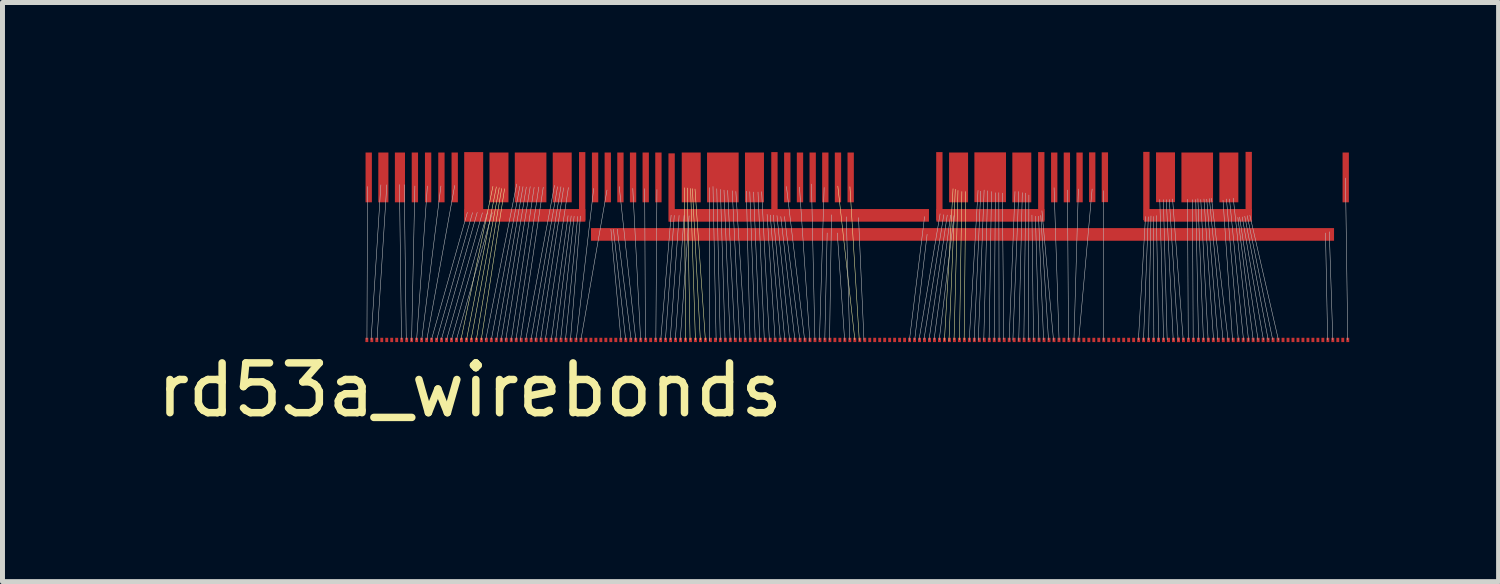
<source format=kicad_pcb>
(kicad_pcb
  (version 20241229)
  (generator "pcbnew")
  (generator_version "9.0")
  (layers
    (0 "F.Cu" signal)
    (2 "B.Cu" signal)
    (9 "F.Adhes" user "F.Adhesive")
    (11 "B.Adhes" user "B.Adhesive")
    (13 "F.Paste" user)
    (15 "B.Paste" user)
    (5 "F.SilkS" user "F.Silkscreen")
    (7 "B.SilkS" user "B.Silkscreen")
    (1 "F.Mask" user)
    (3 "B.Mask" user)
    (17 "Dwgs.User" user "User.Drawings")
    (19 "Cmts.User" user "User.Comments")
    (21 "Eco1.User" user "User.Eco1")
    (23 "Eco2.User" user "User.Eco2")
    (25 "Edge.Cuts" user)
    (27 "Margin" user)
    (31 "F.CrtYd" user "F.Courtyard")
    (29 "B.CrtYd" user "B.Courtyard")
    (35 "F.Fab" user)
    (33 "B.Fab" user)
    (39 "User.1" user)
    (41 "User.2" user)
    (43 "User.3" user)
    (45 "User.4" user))
  (footprint "rd53a_wirebonds"
    (layer "F.Cu")
    (at 4.342 2.113)
    (property "Reference" "rd53a_wirebonds" (at 2.045 2.67 0) (layer "F.SilkS") (effects (font (size 1 1) (thickness 0.15))))
    (attr through_hole)
    (fp_line (start 1.864 1.664) (end 2.507 -1.42) (stroke (width 0.01) (type solid)) (layer "F.SilkS"))
    (fp_line (start 1.976 1.664) (end 2.576 -1.41) (stroke (width 0.01) (type solid)) (layer "F.SilkS"))
    (fp_line (start 2.068 1.661) (end 2.634 -1.392) (stroke (width 0.01) (type solid)) (layer "F.SilkS"))
    (fp_line (start 2.174 1.661) (end 2.682 -1.377) (stroke (width 0.01) (type solid)) (layer "F.SilkS"))
    (fp_line (start 2.273 1.661) (end 2.741 -1.372) (stroke (width 0.01) (type solid)) (layer "F.SilkS"))
    (fp_line (start 6.378 1.671) (end 6.353 -1.392) (stroke (width 0.01) (type solid)) (layer "F.SilkS"))
    (fp_line (start 6.467 1.666) (end 6.411 -1.387) (stroke (width 0.01) (type solid)) (layer "F.SilkS"))
    (fp_line (start 6.574 1.664) (end 6.477 -1.377) (stroke (width 0.01) (type solid)) (layer "F.SilkS"))
    (fp_line (start 6.673 1.664) (end 6.513 -1.374) (stroke (width 0.01) (type solid)) (layer "F.SilkS"))
    (fp_line (start 6.774 1.666) (end 6.566 -1.367) (stroke (width 0.01) (type solid)) (layer "F.SilkS"))
    (fp_line (start 9.776 1.661) (end 9.434 -1.425) (stroke (width 0.01) (type solid)) (layer "F.SilkS"))
    (fp_line (start 9.865 1.674) (end 9.677 -1.412) (stroke (width 0.01) (type solid)) (layer "F.SilkS"))
    (fp_line (start 11.575 1.674) (end 11.748 -1.372) (stroke (width 0.01) (type solid)) (layer "F.SilkS"))
    (fp_line (start 11.666 1.684) (end 11.793 -1.361) (stroke (width 0.01) (type solid)) (layer "F.SilkS"))
    (fp_line (start 11.768 1.661) (end 11.847 -1.339) (stroke (width 0.01) (type solid)) (layer "F.SilkS"))
    (fp_line (start 11.877 1.661) (end 11.925 -1.316) (stroke (width 0.01) (type solid)) (layer "F.SilkS"))
    (fp_line (start 11.971 1.664) (end 12.002 -1.316) (stroke (width 0.01) (type solid)) (layer "F.SilkS"))
    (fp_line (start -0.023 1.651) (end -0.01 -1.417) (stroke (width 0.01) (type solid)) (layer "Dwgs.User"))
    (fp_line (start 0.061 1.656) (end 0.257 -1.45) (stroke (width 0.01) (type solid)) (layer "Dwgs.User"))
    (fp_line (start 0.18 1.656) (end 0.376 -1.45) (stroke (width 0.01) (type solid)) (layer "Dwgs.User"))
    (fp_line (start 0.671 1.651) (end 0.63 -1.455) (stroke (width 0.01) (type solid)) (layer "Dwgs.User"))
    (fp_line (start 0.767 1.654) (end 0.726 -1.453) (stroke (width 0.01) (type solid)) (layer "Dwgs.User"))
    (fp_line (start 0.874 1.681) (end 0.94 -1.427) (stroke (width 0.01) (type solid)) (layer "Dwgs.User"))
    (fp_line (start 0.975 1.664) (end 1.191 -1.427) (stroke (width 0.01) (type solid)) (layer "Dwgs.User"))
    (fp_line (start 1.077 1.661) (end 1.463 -1.427) (stroke (width 0.01) (type solid)) (layer "Dwgs.User"))
    (fp_line (start 1.179 1.661) (end 1.74 -1.438) (stroke (width 0.01) (type solid)) (layer "Dwgs.User"))
    (fp_line (start 1.273 1.656) (end 1.994 -0.897) (stroke (width 0.01) (type solid)) (layer "Dwgs.User"))
    (fp_line (start 1.377 1.661) (end 2.098 -0.892) (stroke (width 0.01) (type solid)) (layer "Dwgs.User"))
    (fp_line (start 1.471 1.656) (end 2.192 -0.897) (stroke (width 0.01) (type solid)) (layer "Dwgs.User"))
    (fp_line (start 1.575 1.664) (end 2.296 -0.889) (stroke (width 0.01) (type solid)) (layer "Dwgs.User"))
    (fp_line (start 1.674 1.661) (end 2.395 -0.892) (stroke (width 0.01) (type solid)) (layer "Dwgs.User"))
    (fp_line (start 1.773 1.664) (end 2.494 -0.889) (stroke (width 0.01) (type solid)) (layer "Dwgs.User"))
    (fp_line (start 2.362 1.666) (end 2.985 -1.466) (stroke (width 0.01) (type solid)) (layer "Dwgs.User"))
    (fp_line (start 2.477 1.651) (end 3.048 -1.422) (stroke (width 0.01) (type solid)) (layer "Dwgs.User"))
    (fp_line (start 2.581 1.664) (end 3.111 -1.415) (stroke (width 0.01) (type solid)) (layer "Dwgs.User"))
    (fp_line (start 2.672 1.676) (end 3.178 -1.407) (stroke (width 0.01) (type solid)) (layer "Dwgs.User"))
    (fp_line (start 2.764 1.671) (end 3.256 -1.415) (stroke (width 0.01) (type solid)) (layer "Dwgs.User"))
    (fp_line (start 2.875 1.676) (end 3.335 -1.4) (stroke (width 0.01) (type solid)) (layer "Dwgs.User"))
    (fp_line (start 2.969 1.669) (end 3.429 -1.407) (stroke (width 0.01) (type solid)) (layer "Dwgs.User"))
    (fp_line (start 3.058 1.674) (end 3.518 -1.402) (stroke (width 0.01) (type solid)) (layer "Dwgs.User"))
    (fp_line (start 3.167 1.656) (end 3.744 -1.44) (stroke (width 0.01) (type solid)) (layer "Dwgs.User"))
    (fp_line (start 3.274 1.651) (end 3.805 -1.412) (stroke (width 0.01) (type solid)) (layer "Dwgs.User"))
    (fp_line (start 3.363 1.676) (end 3.873 -1.412) (stroke (width 0.01) (type solid)) (layer "Dwgs.User"))
    (fp_line (start 3.465 1.656) (end 3.927 -1.392) (stroke (width 0.01) (type solid)) (layer "Dwgs.User"))
    (fp_line (start 3.561 1.651) (end 4.023 -1.397) (stroke (width 0.01) (type solid)) (layer "Dwgs.User"))
    (fp_line (start 3.68 1.659) (end 4.016 -0.831) (stroke (width 0.01) (type solid)) (layer "Dwgs.User"))
    (fp_line (start 3.767 1.669) (end 4.079 -0.826) (stroke (width 0.01) (type solid)) (layer "Dwgs.User"))
    (fp_line (start 3.868 1.651) (end 4.138 -0.82) (stroke (width 0.01) (type solid)) (layer "Dwgs.User"))
    (fp_line (start 3.965 1.656) (end 4.211 -0.815) (stroke (width 0.01) (type solid)) (layer "Dwgs.User"))
    (fp_line (start 4.064 1.671) (end 4.265 -0.823) (stroke (width 0.01) (type solid)) (layer "Dwgs.User"))
    (fp_line (start 4.181 1.659) (end 4.531 -1.379) (stroke (width 0.01) (type solid)) (layer "Dwgs.User"))
    (fp_line (start 4.275 1.656) (end 4.798 -1.346) (stroke (width 0.01) (type solid)) (layer "Dwgs.User"))
    (fp_line (start 5.08 1.661) (end 4.877 -0.559) (stroke (width 0.01) (type solid)) (layer "Dwgs.User"))
    (fp_line (start 5.174 1.664) (end 4.928 -0.559) (stroke (width 0.01) (type solid)) (layer "Dwgs.User"))
    (fp_line (start 5.283 1.659) (end 5.004 -0.559) (stroke (width 0.01) (type solid)) (layer "Dwgs.User"))
    (fp_line (start 5.377 1.669) (end 5.044 -1.415) (stroke (width 0.01) (type solid)) (layer "Dwgs.User"))
    (fp_line (start 5.474 1.669) (end 5.316 -1.379) (stroke (width 0.01) (type solid)) (layer "Dwgs.User"))
    (fp_line (start 5.57 1.661) (end 5.555 -1.374) (stroke (width 0.01) (type solid)) (layer "Dwgs.User"))
    (fp_line (start 5.779 1.661) (end 5.801 -1.356) (stroke (width 0.01) (type solid)) (layer "Dwgs.User"))
    (fp_line (start 5.878 1.661) (end 6.086 -0.841) (stroke (width 0.01) (type solid)) (layer "Dwgs.User"))
    (fp_line (start 5.972 1.661) (end 6.149 -0.836) (stroke (width 0.01) (type solid)) (layer "Dwgs.User"))
    (fp_line (start 6.068 1.661) (end 6.246 -0.836) (stroke (width 0.01) (type solid)) (layer "Dwgs.User"))
    (fp_line (start 6.17 1.661) (end 6.347 -0.836) (stroke (width 0.01) (type solid)) (layer "Dwgs.User"))
    (fp_line (start 6.269 1.669) (end 6.447 -0.828) (stroke (width 0.01) (type solid)) (layer "Dwgs.User"))
    (fp_line (start 6.855 1.679) (end 6.858 -1.394) (stroke (width 0.01) (type solid)) (layer "Dwgs.User"))
    (fp_line (start 6.99 1.666) (end 6.927 -1.417) (stroke (width 0.01) (type solid)) (layer "Dwgs.User"))
    (fp_line (start 7.074 1.666) (end 7.003 -1.372) (stroke (width 0.01) (type solid)) (layer "Dwgs.User"))
    (fp_line (start 7.17 1.671) (end 7.076 -1.359) (stroke (width 0.01) (type solid)) (layer "Dwgs.User"))
    (fp_line (start 7.272 1.671) (end 7.148 -1.344) (stroke (width 0.01) (type solid)) (layer "Dwgs.User"))
    (fp_line (start 7.366 1.661) (end 7.221 -1.339) (stroke (width 0.01) (type solid)) (layer "Dwgs.User"))
    (fp_line (start 7.463 1.671) (end 7.313 -1.331) (stroke (width 0.01) (type solid)) (layer "Dwgs.User"))
    (fp_line (start 7.574 1.659) (end 7.386 -1.318) (stroke (width 0.01) (type solid)) (layer "Dwgs.User"))
    (fp_line (start 7.671 1.666) (end 7.597 -1.323) (stroke (width 0.01) (type solid)) (layer "Dwgs.User"))
    (fp_line (start 7.775 1.656) (end 7.666 -1.313) (stroke (width 0.01) (type solid)) (layer "Dwgs.User"))
    (fp_line (start 7.866 1.666) (end 7.742 -1.306) (stroke (width 0.01) (type solid)) (layer "Dwgs.User"))
    (fp_line (start 7.958 1.666) (end 7.831 -1.306) (stroke (width 0.01) (type solid)) (layer "Dwgs.User"))
    (fp_line (start 8.059 1.666) (end 7.904 -1.313) (stroke (width 0.01) (type solid)) (layer "Dwgs.User"))
    (fp_line (start 8.174 1.661) (end 8.014 -0.856) (stroke (width 0.01) (type solid)) (layer "Dwgs.User"))
    (fp_line (start 8.278 1.656) (end 8.077 -0.843) (stroke (width 0.01) (type solid)) (layer "Dwgs.User"))
    (fp_line (start 8.369 1.661) (end 8.138 -0.843) (stroke (width 0.01) (type solid)) (layer "Dwgs.User"))
    (fp_line (start 8.466 1.671) (end 8.212 -0.833) (stroke (width 0.01) (type solid)) (layer "Dwgs.User"))
    (fp_line (start 8.572 1.666) (end 8.289 -0.814) (stroke (width 0.01) (type solid)) (layer "Dwgs.User"))
    (fp_line (start 8.67 1.66) (end 8.362 -0.815) (stroke (width 0.01) (type solid)) (layer "Dwgs.User"))
    (fp_line (start 8.768 1.671) (end 8.402 -1.417) (stroke (width 0.01) (type solid)) (layer "Dwgs.User"))
    (fp_line (start 8.872 1.684) (end 8.664 -1.405) (stroke (width 0.01) (type solid)) (layer "Dwgs.User"))
    (fp_line (start 8.974 1.664) (end 8.905 -1.466) (stroke (width 0.01) (type solid)) (layer "Dwgs.User"))
    (fp_line (start 9.065 1.661) (end 9.159 -1.397) (stroke (width 0.01) (type solid)) (layer "Dwgs.User"))
    (fp_line (start 9.172 1.664) (end 9.22 -0.483) (stroke (width 0.01) (type solid)) (layer "Dwgs.User"))
    (fp_line (start 9.268 1.666) (end 9.307 -0.848) (stroke (width 0.01) (type solid)) (layer "Dwgs.User"))
    (fp_line (start 9.571 1.674) (end 9.423 -0.483) (stroke (width 0.01) (type solid)) (layer "Dwgs.User"))
    (fp_line (start 9.672 1.659) (end 9.604 -0.808) (stroke (width 0.01) (type solid)) (layer "Dwgs.User"))
    (fp_line (start 9.959 1.671) (end 9.85 -0.792) (stroke (width 0.01) (type solid)) (layer "Dwgs.User"))
    (fp_line (start 10.871 1.676) (end 11.176 -0.813) (stroke (width 0.01) (type solid)) (layer "Dwgs.User"))
    (fp_line (start 10.978 1.659) (end 11.227 -0.457) (stroke (width 0.01) (type solid)) (layer "Dwgs.User"))
    (fp_line (start 11.064 1.666) (end 11.488 -0.869) (stroke (width 0.01) (type solid)) (layer "Dwgs.User"))
    (fp_line (start 11.163 1.659) (end 11.562 -0.851) (stroke (width 0.01) (type solid)) (layer "Dwgs.User"))
    (fp_line (start 11.265 1.666) (end 11.631 -0.843) (stroke (width 0.01) (type solid)) (layer "Dwgs.User"))
    (fp_line (start 11.367 1.659) (end 11.699 -0.843) (stroke (width 0.01) (type solid)) (layer "Dwgs.User"))
    (fp_line (start 11.471 1.661) (end 11.768 -0.833) (stroke (width 0.01) (type solid)) (layer "Dwgs.User"))
    (fp_line (start 12.073 1.669) (end 12.25 -1.339) (stroke (width 0.01) (type solid)) (layer "Dwgs.User"))
    (fp_line (start 12.172 1.684) (end 12.304 -1.323) (stroke (width 0.01) (type solid)) (layer "Dwgs.User"))
    (fp_line (start 12.255 1.669) (end 12.372 -1.346) (stroke (width 0.01) (type solid)) (layer "Dwgs.User"))
    (fp_line (start 12.365 1.669) (end 12.443 -1.331) (stroke (width 0.01) (type solid)) (layer "Dwgs.User"))
    (fp_line (start 12.472 1.661) (end 12.52 -1.316) (stroke (width 0.01) (type solid)) (layer "Dwgs.User"))
    (fp_line (start 12.574 1.669) (end 12.598 -1.292) (stroke (width 0.01) (type solid)) (layer "Dwgs.User"))
    (fp_line (start 12.673 1.669) (end 12.667 -1.293) (stroke (width 0.01) (type solid)) (layer "Dwgs.User"))
    (fp_line (start 12.767 1.653) (end 12.738 -1.285) (stroke (width 0.01) (type solid)) (layer "Dwgs.User"))
    (fp_line (start 12.874 1.669) (end 12.992 -1.316) (stroke (width 0.01) (type solid)) (layer "Dwgs.User"))
    (fp_line (start 12.95 1.669) (end 13.068 -1.316) (stroke (width 0.01) (type solid)) (layer "Dwgs.User"))
    (fp_line (start 13.067 1.676) (end 13.139 -1.293) (stroke (width 0.01) (type solid)) (layer "Dwgs.User"))
    (fp_line (start 13.17 1.656) (end 13.208 -1.285) (stroke (width 0.01) (type solid)) (layer "Dwgs.User"))
    (fp_line (start 13.264 1.664) (end 13.271 -1.246) (stroke (width 0.01) (type solid)) (layer "Dwgs.User"))
    (fp_line (start 13.364 1.664) (end 13.332 -0.843) (stroke (width 0.01) (type solid)) (layer "Dwgs.User"))
    (fp_line (start 13.473 1.671) (end 13.402 -0.82) (stroke (width 0.01) (type solid)) (layer "Dwgs.User"))
    (fp_line (start 13.566 1.663) (end 13.465 -0.82) (stroke (width 0.01) (type solid)) (layer "Dwgs.User"))
    (fp_line (start 13.665 1.663) (end 13.51 -0.836) (stroke (width 0.01) (type solid)) (layer "Dwgs.User"))
    (fp_line (start 13.766 1.671) (end 13.533 -0.93) (stroke (width 0.01) (type solid)) (layer "Dwgs.User"))
    (fp_line (start 13.877 1.663) (end 13.777 -1.392) (stroke (width 0.01) (type solid)) (layer "Dwgs.User"))
    (fp_line (start 14.067 1.659) (end 14.046 -1.346) (stroke (width 0.01) (type solid)) (layer "Dwgs.User"))
    (fp_line (start 14.176 1.674) (end 14.265 -1.367) (stroke (width 0.01) (type solid)) (layer "Dwgs.User"))
    (fp_line (start 14.272 1.669) (end 14.541 -1.367) (stroke (width 0.01) (type solid)) (layer "Dwgs.User"))
    (fp_line (start 14.765 1.671) (end 14.773 -1.333) (stroke (width 0.01) (type solid)) (layer "Dwgs.User"))
    (fp_line (start 15.471 1.661) (end 15.613 -0.815) (stroke (width 0.01) (type solid)) (layer "Dwgs.User"))
    (fp_line (start 15.573 1.669) (end 15.669 -0.808) (stroke (width 0.01) (type solid)) (layer "Dwgs.User"))
    (fp_line (start 15.674 1.661) (end 15.723 -0.826) (stroke (width 0.01) (type solid)) (layer "Dwgs.User"))
    (fp_line (start 15.781 1.664) (end 15.768 -0.815) (stroke (width 0.01) (type solid)) (layer "Dwgs.User"))
    (fp_line (start 15.878 1.669) (end 15.832 -0.833) (stroke (width 0.01) (type solid)) (layer "Dwgs.User"))
    (fp_line (start 15.977 1.664) (end 15.9 -1.156) (stroke (width 0.01) (type solid)) (layer "Dwgs.User"))
    (fp_line (start 16.048 1.659) (end 15.972 -1.153) (stroke (width 0.01) (type solid)) (layer "Dwgs.User"))
    (fp_line (start 16.17 1.669) (end 16.03 -1.153) (stroke (width 0.01) (type solid)) (layer "Dwgs.User"))
    (fp_line (start 16.269 1.674) (end 16.091 -1.156) (stroke (width 0.01) (type solid)) (layer "Dwgs.User"))
    (fp_line (start 16.37 1.661) (end 16.157 -1.166) (stroke (width 0.01) (type solid)) (layer "Dwgs.User"))
    (fp_line (start 16.472 1.651) (end 16.457 -1.161) (stroke (width 0.01) (type solid)) (layer "Dwgs.User"))
    (fp_line (start 16.571 1.656) (end 16.556 -1.153) (stroke (width 0.01) (type solid)) (layer "Dwgs.User"))
    (fp_line (start 16.678 1.656) (end 16.622 -1.156) (stroke (width 0.01) (type solid)) (layer "Dwgs.User"))
    (fp_line (start 16.777 1.664) (end 16.665 -1.171) (stroke (width 0.01) (type solid)) (layer "Dwgs.User"))
    (fp_line (start 16.871 1.669) (end 16.723 -1.156) (stroke (width 0.01) (type solid)) (layer "Dwgs.User"))
    (fp_line (start 16.98 1.666) (end 16.787 -1.166) (stroke (width 0.01) (type solid)) (layer "Dwgs.User"))
    (fp_line (start 17.066 1.654) (end 16.843 -1.163) (stroke (width 0.01) (type solid)) (layer "Dwgs.User"))
    (fp_line (start 17.17 1.659) (end 16.896 -1.173) (stroke (width 0.01) (type solid)) (layer "Dwgs.User"))
    (fp_line (start 17.272 1.669) (end 16.939 -1.179) (stroke (width 0.01) (type solid)) (layer "Dwgs.User"))
    (fp_line (start 17.361 1.669) (end 17.17 -1.14) (stroke (width 0.01) (type solid)) (layer "Dwgs.User"))
    (fp_line (start 17.478 1.671) (end 17.239 -1.166) (stroke (width 0.01) (type solid)) (layer "Dwgs.User"))
    (fp_line (start 17.582 1.669) (end 17.3 -1.166) (stroke (width 0.01) (type solid)) (layer "Dwgs.User"))
    (fp_line (start 17.683 1.674) (end 17.376 -1.181) (stroke (width 0.01) (type solid)) (layer "Dwgs.User"))
    (fp_line (start 17.777 1.671) (end 17.468 -0.795) (stroke (width 0.01) (type solid)) (layer "Dwgs.User"))
    (fp_line (start 17.874 1.666) (end 17.503 -0.803) (stroke (width 0.01) (type solid)) (layer "Dwgs.User"))
    (fp_line (start 17.981 1.661) (end 17.556 -0.805) (stroke (width 0.01) (type solid)) (layer "Dwgs.User"))
    (fp_line (start 18.077 1.661) (end 17.607 -0.82) (stroke (width 0.01) (type solid)) (layer "Dwgs.User"))
    (fp_line (start 18.166 1.656) (end 17.656 -0.831) (stroke (width 0.01) (type solid)) (layer "Dwgs.User"))
    (fp_line (start 18.283 1.666) (end 17.709 -0.838) (stroke (width 0.01) (type solid)) (layer "Dwgs.User"))
    (fp_line (start 19.271 1.664) (end 19.228 -0.483) (stroke (width 0.01) (type solid)) (layer "Dwgs.User"))
    (fp_line (start 19.375 1.664) (end 19.304 -0.508) (stroke (width 0.01) (type solid)) (layer "Dwgs.User"))
    (fp_line (start 19.675 1.661) (end 19.629 -1.587) (stroke (width 0.01) (type solid)) (layer "Dwgs.User"))
    (pad "1" smd rect (at -0.025 1.664) (size 0.058 0.086) (layers "F.Cu" "F.Mask" "F.Paste"))
    (pad "1" smd rect (at 0.013 -1.6) (size 0.127 1) (layers "F.Cu" "F.Mask" "F.Paste"))
    (pad "2" smd rect (at 0.075 1.664) (size 0.058 0.086) (layers "F.Cu" "F.Mask" "F.Paste"))
    (pad "2" smd rect (at 0.307 -1.6) (size 0.203 1) (layers "F.Cu" "F.Mask" "F.Paste"))
    (pad "3" smd rect (at 0.175 1.664) (size 0.058 0.086) (layers "F.Cu" "F.Mask" "F.Paste"))
    (pad "4" smd rect (at 0.275 1.664) (size 0.058 0.086) (layers "F.Cu" "F.Mask" "F.Paste"))
    (pad "5" smd rect (at 0.375 1.664) (size 0.058 0.086) (layers "F.Cu" "F.Mask" "F.Paste"))
    (pad "6" smd rect (at 0.475 1.664) (size 0.058 0.086) (layers "F.Cu" "F.Mask" "F.Paste"))
    (pad "7" smd rect (at 0.575 1.664) (size 0.058 0.086) (layers "F.Cu" "F.Mask" "F.Paste"))
    (pad "8" smd rect (at 0.64 -1.6) (size 0.203 1) (layers "F.Cu" "F.Mask" "F.Paste"))
    (pad "8" smd rect (at 0.675 1.664) (size 0.058 0.086) (layers "F.Cu" "F.Mask" "F.Paste"))
    (pad "9" smd rect (at 0.775 1.664) (size 0.058 0.086) (layers "F.Cu" "F.Mask" "F.Paste"))
    (pad "10" smd rect (at 0.875 1.664) (size 0.058 0.086) (layers "F.Cu" "F.Mask" "F.Paste"))
    (pad "10" smd rect (at 0.94 -1.6) (size 0.127 1) (layers "F.Cu" "F.Mask" "F.Paste"))
    (pad "11" smd rect (at 0.975 1.664) (size 0.058 0.086) (layers "F.Cu" "F.Mask" "F.Paste"))
    (pad "11" smd rect (at 1.206 -1.6) (size 0.127 1) (layers "F.Cu" "F.Mask" "F.Paste"))
    (pad "12" smd rect (at 1.075 1.664) (size 0.058 0.086) (layers "F.Cu" "F.Mask" "F.Paste"))
    (pad "12" smd rect (at 1.473 -1.6) (size 0.127 1) (layers "F.Cu" "F.Mask" "F.Paste"))
    (pad "13" smd rect (at 1.175 1.664) (size 0.058 0.086) (layers "F.Cu" "F.Mask" "F.Paste"))
    (pad "13" smd rect (at 1.74 -1.6) (size 0.127 1) (layers "F.Cu" "F.Mask" "F.Paste"))
    (pad "14" smd rect (at 1.275 1.664) (size 0.058 0.086) (layers "F.Cu" "F.Mask" "F.Paste"))
    (pad "14" smd rect (at 2.121 -1.422) (size 0.381 1.372) (layers "F.Cu" "F.Mask" "F.Paste"))
    (pad "14" smd rect (at 3.15 -0.838) (size 2.426 0.254) (layers "F.Cu" "F.Mask" "F.Paste"))
    (pad "14" smd rect (at 4.3 -1.422) (size 0.127 1.372) (layers "F.Cu" "F.Mask" "F.Paste"))
    (pad "14" smd rect (at 6.096 -1.397) (size 0.127 1.372) (layers "F.Cu" "F.Mask" "F.Paste"))
    (pad "14" smd rect (at 8.161 -1.422) (size 0.127 1.372) (layers "F.Cu" "F.Mask" "F.Paste"))
    (pad "14" smd rect (at 8.661 -0.838) (size 5.207 0.254) (layers "F.Cu" "F.Mask" "F.Paste"))
    (pad "14" smd rect (at 11.473 -1.422) (size 0.127 1.372) (layers "F.Cu" "F.Mask" "F.Paste"))
    (pad "14" smd rect (at 12.499 -0.838) (size 2.169 0.254) (layers "F.Cu" "F.Mask" "F.Paste"))
    (pad "14" smd rect (at 13.52 -1.422) (size 0.127 1.372) (layers "F.Cu" "F.Mask" "F.Paste"))
    (pad "14" smd rect (at 15.631 -1.427) (size 0.127 1.372) (layers "F.Cu" "F.Mask" "F.Paste"))
    (pad "14" smd rect (at 16.665 -0.838) (size 2.169 0.254) (layers "F.Cu" "F.Mask" "F.Paste"))
    (pad "14" smd rect (at 17.686 -1.427) (size 0.127 1.372) (layers "F.Cu" "F.Mask" "F.Paste"))
    (pad "15" smd rect (at 1.375 1.664) (size 0.058 0.086) (layers "F.Cu" "F.Mask" "F.Paste"))
    (pad "16" smd rect (at 1.475 1.664) (size 0.058 0.086) (layers "F.Cu" "F.Mask" "F.Paste"))
    (pad "17" smd rect (at 1.575 1.664) (size 0.058 0.086) (layers "F.Cu" "F.Mask" "F.Paste"))
    (pad "18" smd rect (at 1.675 1.664) (size 0.058 0.086) (layers "F.Cu" "F.Mask" "F.Paste"))
    (pad "19" smd rect (at 1.775 1.664) (size 0.058 0.086) (layers "F.Cu" "F.Mask" "F.Paste"))
    (pad "20" smd rect (at 1.875 1.664) (size 0.058 0.086) (layers "F.Cu" "F.Mask" "F.Paste"))
    (pad "20" smd rect (at 2.629 -1.6) (size 0.381 1) (layers "F.Cu" "F.Mask" "F.Paste"))
    (pad "21" smd rect (at 1.975 1.664) (size 0.058 0.086) (layers "F.Cu" "F.Mask" "F.Paste"))
    (pad "22" smd rect (at 2.075 1.664) (size 0.058 0.086) (layers "F.Cu" "F.Mask" "F.Paste"))
    (pad "23" smd rect (at 2.175 1.664) (size 0.058 0.086) (layers "F.Cu" "F.Mask" "F.Paste"))
    (pad "24" smd rect (at 2.275 1.664) (size 0.058 0.086) (layers "F.Cu" "F.Mask" "F.Paste"))
    (pad "25" smd rect (at 2.375 1.664) (size 0.058 0.086) (layers "F.Cu" "F.Mask" "F.Paste"))
    (pad "25" smd rect (at 3.264 -1.6) (size 0.635 1) (layers "F.Cu" "F.Mask" "F.Paste"))
    (pad "26" smd rect (at 2.475 1.664) (size 0.058 0.086) (layers "F.Cu" "F.Mask" "F.Paste"))
    (pad "27" smd rect (at 2.575 1.664) (size 0.058 0.086) (layers "F.Cu" "F.Mask" "F.Paste"))
    (pad "28" smd rect (at 2.675 1.664) (size 0.058 0.086) (layers "F.Cu" "F.Mask" "F.Paste"))
    (pad "29" smd rect (at 2.775 1.664) (size 0.058 0.086) (layers "F.Cu" "F.Mask" "F.Paste"))
    (pad "30" smd rect (at 2.875 1.664) (size 0.058 0.086) (layers "F.Cu" "F.Mask" "F.Paste"))
    (pad "31" smd rect (at 2.975 1.664) (size 0.058 0.086) (layers "F.Cu" "F.Mask" "F.Paste"))
    (pad "32" smd rect (at 3.075 1.664) (size 0.058 0.086) (layers "F.Cu" "F.Mask" "F.Paste"))
    (pad "33" smd rect (at 3.175 1.664) (size 0.058 0.086) (layers "F.Cu" "F.Mask" "F.Paste"))
    (pad "33" smd rect (at 3.899 -1.6) (size 0.381 1) (layers "F.Cu" "F.Mask" "F.Paste"))
    (pad "33" smd rect (at 11.938 -0.455) (size 14.923 0.254) (layers "F.Cu" "F.Mask" "F.Paste"))
    (pad "34" smd rect (at 3.275 1.664) (size 0.058 0.086) (layers "F.Cu" "F.Mask" "F.Paste"))
    (pad "35" smd rect (at 3.375 1.664) (size 0.058 0.086) (layers "F.Cu" "F.Mask" "F.Paste"))
    (pad "36" smd rect (at 3.475 1.664) (size 0.058 0.086) (layers "F.Cu" "F.Mask" "F.Paste"))
    (pad "37" smd rect (at 3.575 1.664) (size 0.058 0.086) (layers "F.Cu" "F.Mask" "F.Paste"))
    (pad "38" smd rect (at 3.675 1.664) (size 0.058 0.086) (layers "F.Cu" "F.Mask" "F.Paste"))
    (pad "39" smd rect (at 3.775 1.664) (size 0.058 0.086) (layers "F.Cu" "F.Mask" "F.Paste"))
    (pad "40" smd rect (at 3.875 1.664) (size 0.058 0.086) (layers "F.Cu" "F.Mask" "F.Paste"))
    (pad "41" smd rect (at 3.975 1.664) (size 0.058 0.086) (layers "F.Cu" "F.Mask" "F.Paste"))
    (pad "42" smd rect (at 4.075 1.664) (size 0.058 0.086) (layers "F.Cu" "F.Mask" "F.Paste"))
    (pad "43" smd rect (at 4.175 1.664) (size 0.058 0.086) (layers "F.Cu" "F.Mask" "F.Paste"))
    (pad "43" smd rect (at 4.559 -1.6) (size 0.127 1) (layers "F.Cu" "F.Mask" "F.Paste"))
    (pad "44" smd rect (at 4.275 1.664) (size 0.058 0.086) (layers "F.Cu" "F.Mask" "F.Paste"))
    (pad "44" smd rect (at 4.814 -1.6) (size 0.127 1) (layers "F.Cu" "F.Mask" "F.Paste"))
    (pad "45" smd rect (at 4.375 1.664) (size 0.058 0.086) (layers "F.Cu" "F.Mask" "F.Paste"))
    (pad "46" smd rect (at 4.475 1.664) (size 0.058 0.086) (layers "F.Cu" "F.Mask" "F.Paste"))
    (pad "47" smd rect (at 4.575 1.664) (size 0.058 0.086) (layers "F.Cu" "F.Mask" "F.Paste"))
    (pad "48" smd rect (at 4.675 1.664) (size 0.058 0.086) (layers "F.Cu" "F.Mask" "F.Paste"))
    (pad "49" smd rect (at 4.775 1.664) (size 0.058 0.086) (layers "F.Cu" "F.Mask" "F.Paste"))
    (pad "50" smd rect (at 4.875 1.664) (size 0.058 0.086) (layers "F.Cu" "F.Mask" "F.Paste"))
    (pad "51" smd rect (at 4.975 1.664) (size 0.058 0.086) (layers "F.Cu" "F.Mask" "F.Paste"))
    (pad "52" smd rect (at 5.075 1.664) (size 0.058 0.086) (layers "F.Cu" "F.Mask" "F.Paste"))
    (pad "53" smd rect (at 5.175 1.664) (size 0.058 0.086) (layers "F.Cu" "F.Mask" "F.Paste"))
    (pad "54" smd rect (at 5.275 1.664) (size 0.058 0.086) (layers "F.Cu" "F.Mask" "F.Paste"))
    (pad "55" smd rect (at 5.068 -1.6) (size 0.127 1) (layers "F.Cu" "F.Mask" "F.Paste"))
    (pad "55" smd rect (at 5.375 1.664) (size 0.058 0.086) (layers "F.Cu" "F.Mask" "F.Paste"))
    (pad "56" smd rect (at 5.322 -1.6) (size 0.127 1) (layers "F.Cu" "F.Mask" "F.Paste"))
    (pad "56" smd rect (at 5.475 1.664) (size 0.058 0.086) (layers "F.Cu" "F.Mask" "F.Paste"))
    (pad "57" smd rect (at 5.575 1.664) (size 0.058 0.086) (layers "F.Cu" "F.Mask" "F.Paste"))
    (pad "57" smd rect (at 5.576 -1.6) (size 0.127 1) (layers "F.Cu" "F.Mask" "F.Paste"))
    (pad "58" smd rect (at 5.675 1.664) (size 0.058 0.086) (layers "F.Cu" "F.Mask" "F.Paste"))
    (pad "59" smd rect (at 5.775 1.664) (size 0.058 0.086) (layers "F.Cu" "F.Mask" "F.Paste"))
    (pad "59" smd rect (at 5.831 -1.6) (size 0.127 1) (layers "F.Cu" "F.Mask" "F.Paste"))
    (pad "60" smd rect (at 5.875 1.664) (size 0.058 0.086) (layers "F.Cu" "F.Mask" "F.Paste"))
    (pad "61" smd rect (at 5.975 1.664) (size 0.058 0.086) (layers "F.Cu" "F.Mask" "F.Paste"))
    (pad "62" smd rect (at 6.075 1.664) (size 0.058 0.086) (layers "F.Cu" "F.Mask" "F.Paste"))
    (pad "63" smd rect (at 6.175 1.664) (size 0.058 0.086) (layers "F.Cu" "F.Mask" "F.Paste"))
    (pad "64" smd rect (at 6.275 1.664) (size 0.058 0.086) (layers "F.Cu" "F.Mask" "F.Paste"))
    (pad "65" smd rect (at 6.375 1.664) (size 0.058 0.086) (layers "F.Cu" "F.Mask" "F.Paste"))
    (pad "65" smd rect (at 6.49 -1.6) (size 0.381 1) (layers "F.Cu" "F.Mask" "F.Paste"))
    (pad "66" smd rect (at 6.475 1.664) (size 0.058 0.086) (layers "F.Cu" "F.Mask" "F.Paste"))
    (pad "67" smd rect (at 6.575 1.664) (size 0.058 0.086) (layers "F.Cu" "F.Mask" "F.Paste"))
    (pad "68" smd rect (at 6.675 1.664) (size 0.058 0.086) (layers "F.Cu" "F.Mask" "F.Paste"))
    (pad "69" smd rect (at 6.775 1.664) (size 0.058 0.086) (layers "F.Cu" "F.Mask" "F.Paste"))
    (pad "70" smd rect (at 6.875 1.664) (size 0.058 0.086) (layers "F.Cu" "F.Mask" "F.Paste"))
    (pad "70" smd rect (at 7.125 -1.6) (size 0.635 1) (layers "F.Cu" "F.Mask" "F.Paste"))
    (pad "71" smd rect (at 6.975 1.664) (size 0.058 0.086) (layers "F.Cu" "F.Mask" "F.Paste"))
    (pad "72" smd rect (at 7.075 1.664) (size 0.058 0.086) (layers "F.Cu" "F.Mask" "F.Paste"))
    (pad "73" smd rect (at 7.175 1.664) (size 0.058 0.086) (layers "F.Cu" "F.Mask" "F.Paste"))
    (pad "74" smd rect (at 7.275 1.664) (size 0.058 0.086) (layers "F.Cu" "F.Mask" "F.Paste"))
    (pad "75" smd rect (at 7.375 1.664) (size 0.058 0.086) (layers "F.Cu" "F.Mask" "F.Paste"))
    (pad "76" smd rect (at 7.475 1.664) (size 0.058 0.086) (layers "F.Cu" "F.Mask" "F.Paste"))
    (pad "77" smd rect (at 7.575 1.664) (size 0.058 0.086) (layers "F.Cu" "F.Mask" "F.Paste"))
    (pad "78" smd rect (at 7.675 1.664) (size 0.058 0.086) (layers "F.Cu" "F.Mask" "F.Paste"))
    (pad "78" smd rect (at 7.76 -1.6) (size 0.381 1) (layers "F.Cu" "F.Mask" "F.Paste"))
    (pad "79" smd rect (at 7.775 1.664) (size 0.058 0.086) (layers "F.Cu" "F.Mask" "F.Paste"))
    (pad "80" smd rect (at 7.875 1.664) (size 0.058 0.086) (layers "F.Cu" "F.Mask" "F.Paste"))
    (pad "81" smd rect (at 7.975 1.664) (size 0.058 0.086) (layers "F.Cu" "F.Mask" "F.Paste"))
    (pad "82" smd rect (at 8.075 1.664) (size 0.058 0.086) (layers "F.Cu" "F.Mask" "F.Paste"))
    (pad "83" smd rect (at 8.175 1.664) (size 0.058 0.086) (layers "F.Cu" "F.Mask" "F.Paste"))
    (pad "84" smd rect (at 8.275 1.664) (size 0.058 0.086) (layers "F.Cu" "F.Mask" "F.Paste"))
    (pad "85" smd rect (at 8.375 1.664) (size 0.058 0.086) (layers "F.Cu" "F.Mask" "F.Paste"))
    (pad "86" smd rect (at 8.475 1.664) (size 0.058 0.086) (layers "F.Cu" "F.Mask" "F.Paste"))
    (pad "87" smd rect (at 8.575 1.664) (size 0.058 0.086) (layers "F.Cu" "F.Mask" "F.Paste"))
    (pad "88" smd rect (at 8.675 1.664) (size 0.058 0.086) (layers "F.Cu" "F.Mask" "F.Paste"))
    (pad "89" smd rect (at 8.419 -1.6) (size 0.127 1) (layers "F.Cu" "F.Mask" "F.Paste"))
    (pad "89" smd rect (at 8.775 1.664) (size 0.058 0.086) (layers "F.Cu" "F.Mask" "F.Paste"))
    (pad "90" smd rect (at 8.674 -1.6) (size 0.127 1) (layers "F.Cu" "F.Mask" "F.Paste"))
    (pad "90" smd rect (at 8.875 1.664) (size 0.058 0.086) (layers "F.Cu" "F.Mask" "F.Paste"))
    (pad "91" smd rect (at 8.929 -1.6) (size 0.127 1) (layers "F.Cu" "F.Mask" "F.Paste"))
    (pad "91" smd rect (at 8.975 1.664) (size 0.058 0.086) (layers "F.Cu" "F.Mask" "F.Paste"))
    (pad "92" smd rect (at 9.075 1.664) (size 0.058 0.086) (layers "F.Cu" "F.Mask" "F.Paste"))
    (pad "92" smd rect (at 9.183 -1.6) (size 0.127 1) (layers "F.Cu" "F.Mask" "F.Paste"))
    (pad "93" smd rect (at 9.175 1.664) (size 0.058 0.086) (layers "F.Cu" "F.Mask" "F.Paste"))
    (pad "94" smd rect (at 9.275 1.664) (size 0.058 0.086) (layers "F.Cu" "F.Mask" "F.Paste"))
    (pad "95" smd rect (at 9.375 1.664) (size 0.058 0.086) (layers "F.Cu" "F.Mask" "F.Paste"))
    (pad "96" smd rect (at 9.475 1.664) (size 0.058 0.086) (layers "F.Cu" "F.Mask" "F.Paste"))
    (pad "97" smd rect (at 9.575 1.664) (size 0.058 0.086) (layers "F.Cu" "F.Mask" "F.Paste"))
    (pad "98" smd rect (at 9.675 1.664) (size 0.058 0.086) (layers "F.Cu" "F.Mask" "F.Paste"))
    (pad "99" smd rect (at 9.437 -1.6) (size 0.127 1) (layers "F.Cu" "F.Mask" "F.Paste"))
    (pad "99" smd rect (at 9.775 1.664) (size 0.058 0.086) (layers "F.Cu" "F.Mask" "F.Paste"))
    (pad "100" smd rect (at 9.692 -1.6) (size 0.127 1) (layers "F.Cu" "F.Mask" "F.Paste"))
    (pad "100" smd rect (at 9.875 1.664) (size 0.058 0.086) (layers "F.Cu" "F.Mask" "F.Paste"))
    (pad "101" smd rect (at 9.975 1.664) (size 0.058 0.086) (layers "F.Cu" "F.Mask" "F.Paste"))
    (pad "102" smd rect (at 10.075 1.664) (size 0.058 0.086) (layers "F.Cu" "F.Mask" "F.Paste"))
    (pad "103" smd rect (at 10.175 1.664) (size 0.058 0.086) (layers "F.Cu" "F.Mask" "F.Paste"))
    (pad "104" smd rect (at 10.275 1.664) (size 0.058 0.086) (layers "F.Cu" "F.Mask" "F.Paste"))
    (pad "105" smd rect (at 10.375 1.664) (size 0.058 0.086) (layers "F.Cu" "F.Mask" "F.Paste"))
    (pad "106" smd rect (at 10.475 1.664) (size 0.058 0.086) (layers "F.Cu" "F.Mask" "F.Paste"))
    (pad "107" smd rect (at 10.575 1.664) (size 0.058 0.086) (layers "F.Cu" "F.Mask" "F.Paste"))
    (pad "108" smd rect (at 10.675 1.664) (size 0.058 0.086) (layers "F.Cu" "F.Mask" "F.Paste"))
    (pad "109" smd rect (at 10.775 1.664) (size 0.058 0.086) (layers "F.Cu" "F.Mask" "F.Paste"))
    (pad "110" smd rect (at 10.875 1.664) (size 0.058 0.086) (layers "F.Cu" "F.Mask" "F.Paste"))
    (pad "111" smd rect (at 10.975 1.664) (size 0.058 0.086) (layers "F.Cu" "F.Mask" "F.Paste"))
    (pad "112" smd rect (at 11.075 1.664) (size 0.058 0.086) (layers "F.Cu" "F.Mask" "F.Paste"))
    (pad "113" smd rect (at 11.175 1.664) (size 0.058 0.086) (layers "F.Cu" "F.Mask" "F.Paste"))
    (pad "114" smd rect (at 11.275 1.664) (size 0.058 0.086) (layers "F.Cu" "F.Mask" "F.Paste"))
    (pad "115" smd rect (at 11.375 1.664) (size 0.058 0.086) (layers "F.Cu" "F.Mask" "F.Paste"))
    (pad "116" smd rect (at 11.475 1.664) (size 0.058 0.086) (layers "F.Cu" "F.Mask" "F.Paste"))
    (pad "117" smd rect (at 11.575 1.664) (size 0.058 0.086) (layers "F.Cu" "F.Mask" "F.Paste"))
    (pad "117" smd rect (at 11.859 -1.6) (size 0.381 1) (layers "F.Cu" "F.Mask" "F.Paste"))
    (pad "118" smd rect (at 11.675 1.664) (size 0.058 0.086) (layers "F.Cu" "F.Mask" "F.Paste"))
    (pad "119" smd rect (at 11.775 1.664) (size 0.058 0.086) (layers "F.Cu" "F.Mask" "F.Paste"))
    (pad "120" smd rect (at 11.875 1.664) (size 0.058 0.086) (layers "F.Cu" "F.Mask" "F.Paste"))
    (pad "121" smd rect (at 11.975 1.664) (size 0.058 0.086) (layers "F.Cu" "F.Mask" "F.Paste"))
    (pad "122" smd rect (at 12.075 1.664) (size 0.058 0.086) (layers "F.Cu" "F.Mask" "F.Paste"))
    (pad "122" smd rect (at 12.494 -1.603) (size 0.635 1) (layers "F.Cu" "F.Mask" "F.Paste"))
    (pad "123" smd rect (at 12.175 1.664) (size 0.058 0.086) (layers "F.Cu" "F.Mask" "F.Paste"))
    (pad "124" smd rect (at 12.275 1.664) (size 0.058 0.086) (layers "F.Cu" "F.Mask" "F.Paste"))
    (pad "125" smd rect (at 12.375 1.664) (size 0.058 0.086) (layers "F.Cu" "F.Mask" "F.Paste"))
    (pad "126" smd rect (at 12.475 1.664) (size 0.058 0.086) (layers "F.Cu" "F.Mask" "F.Paste"))
    (pad "127" smd rect (at 12.575 1.664) (size 0.058 0.086) (layers "F.Cu" "F.Mask" "F.Paste"))
    (pad "128" smd rect (at 12.675 1.664) (size 0.058 0.086) (layers "F.Cu" "F.Mask" "F.Paste"))
    (pad "129" smd rect (at 12.775 1.664) (size 0.058 0.086) (layers "F.Cu" "F.Mask" "F.Paste"))
    (pad "130" smd rect (at 12.875 1.664) (size 0.058 0.086) (layers "F.Cu" "F.Mask" "F.Paste"))
    (pad "131" smd rect (at 12.975 1.664) (size 0.058 0.086) (layers "F.Cu" "F.Mask" "F.Paste"))
    (pad "132" smd rect (at 13.075 1.664) (size 0.058 0.086) (layers "F.Cu" "F.Mask" "F.Paste"))
    (pad "133" smd rect (at 13.175 1.664) (size 0.058 0.086) (layers "F.Cu" "F.Mask" "F.Paste"))
    (pad "134" smd rect (at 13.129 -1.6) (size 0.381 1) (layers "F.Cu" "F.Mask" "F.Paste"))
    (pad "134" smd rect (at 13.275 1.664) (size 0.058 0.086) (layers "F.Cu" "F.Mask" "F.Paste"))
    (pad "135" smd rect (at 13.375 1.664) (size 0.058 0.086) (layers "F.Cu" "F.Mask" "F.Paste"))
    (pad "136" smd rect (at 13.475 1.664) (size 0.058 0.086) (layers "F.Cu" "F.Mask" "F.Paste"))
    (pad "137" smd rect (at 13.575 1.664) (size 0.058 0.086) (layers "F.Cu" "F.Mask" "F.Paste"))
    (pad "138" smd rect (at 13.675 1.664) (size 0.058 0.086) (layers "F.Cu" "F.Mask" "F.Paste"))
    (pad "139" smd rect (at 13.775 1.664) (size 0.058 0.086) (layers "F.Cu" "F.Mask" "F.Paste"))
    (pad "140" smd rect (at 13.78 -1.6) (size 0.127 1) (layers "F.Cu" "F.Mask" "F.Paste"))
    (pad "140" smd rect (at 13.875 1.664) (size 0.058 0.086) (layers "F.Cu" "F.Mask" "F.Paste"))
    (pad "141" smd rect (at 13.975 1.664) (size 0.058 0.086) (layers "F.Cu" "F.Mask" "F.Paste"))
    (pad "142" smd rect (at 14.034 -1.6) (size 0.127 1) (layers "F.Cu" "F.Mask" "F.Paste"))
    (pad "142" smd rect (at 14.075 1.664) (size 0.058 0.086) (layers "F.Cu" "F.Mask" "F.Paste"))
    (pad "143" smd rect (at 14.175 1.664) (size 0.058 0.086) (layers "F.Cu" "F.Mask" "F.Paste"))
    (pad "143" smd rect (at 14.289 -1.6) (size 0.127 1) (layers "F.Cu" "F.Mask" "F.Paste"))
    (pad "144" smd rect (at 14.275 1.664) (size 0.058 0.086) (layers "F.Cu" "F.Mask" "F.Paste"))
    (pad "144" smd rect (at 14.543 -1.603) (size 0.127 1) (layers "F.Cu" "F.Mask" "F.Paste"))
    (pad "145" smd rect (at 14.375 1.664) (size 0.058 0.086) (layers "F.Cu" "F.Mask" "F.Paste"))
    (pad "146" smd rect (at 14.475 1.664) (size 0.058 0.086) (layers "F.Cu" "F.Mask" "F.Paste"))
    (pad "147" smd rect (at 14.575 1.664) (size 0.058 0.086) (layers "F.Cu" "F.Mask" "F.Paste"))
    (pad "148" smd rect (at 14.675 1.664) (size 0.058 0.086) (layers "F.Cu" "F.Mask" "F.Paste"))
    (pad "149" smd rect (at 14.775 1.664) (size 0.058 0.086) (layers "F.Cu" "F.Mask" "F.Paste"))
    (pad "149" smd rect (at 14.797 -1.603) (size 0.127 1) (layers "F.Cu" "F.Mask" "F.Paste"))
    (pad "150" smd rect (at 14.875 1.664) (size 0.058 0.086) (layers "F.Cu" "F.Mask" "F.Paste"))
    (pad "151" smd rect (at 14.975 1.664) (size 0.058 0.086) (layers "F.Cu" "F.Mask" "F.Paste"))
    (pad "152" smd rect (at 15.075 1.664) (size 0.058 0.086) (layers "F.Cu" "F.Mask" "F.Paste"))
    (pad "153" smd rect (at 15.175 1.664) (size 0.058 0.086) (layers "F.Cu" "F.Mask" "F.Paste"))
    (pad "154" smd rect (at 15.275 1.664) (size 0.058 0.086) (layers "F.Cu" "F.Mask" "F.Paste"))
    (pad "155" smd rect (at 15.375 1.664) (size 0.058 0.086) (layers "F.Cu" "F.Mask" "F.Paste"))
    (pad "156" smd rect (at 15.475 1.664) (size 0.058 0.086) (layers "F.Cu" "F.Mask" "F.Paste"))
    (pad "157" smd rect (at 15.575 1.664) (size 0.058 0.086) (layers "F.Cu" "F.Mask" "F.Paste"))
    (pad "158" smd rect (at 15.675 1.664) (size 0.058 0.086) (layers "F.Cu" "F.Mask" "F.Paste"))
    (pad "159" smd rect (at 15.775 1.664) (size 0.058 0.086) (layers "F.Cu" "F.Mask" "F.Paste"))
    (pad "160" smd rect (at 15.875 1.664) (size 0.058 0.086) (layers "F.Cu" "F.Mask" "F.Paste"))
    (pad "161" smd rect (at 15.975 1.664) (size 0.058 0.086) (layers "F.Cu" "F.Mask" "F.Paste"))
    (pad "161" smd rect (at 16.015 -1.603) (size 0.381 1) (layers "F.Cu" "F.Mask" "F.Paste"))
    (pad "162" smd rect (at 16.075 1.664) (size 0.058 0.086) (layers "F.Cu" "F.Mask" "F.Paste"))
    (pad "163" smd rect (at 16.175 1.664) (size 0.058 0.086) (layers "F.Cu" "F.Mask" "F.Paste"))
    (pad "164" smd rect (at 16.275 1.664) (size 0.058 0.086) (layers "F.Cu" "F.Mask" "F.Paste"))
    (pad "164" smd rect (at 16.275 1.664) (size 0.058 0.086) (layers "F.Cu" "F.Mask" "F.Paste"))
    (pad "165" smd rect (at 16.375 1.664) (size 0.058 0.086) (layers "F.Cu" "F.Mask" "F.Paste"))
    (pad "166" smd rect (at 16.475 1.664) (size 0.058 0.086) (layers "F.Cu" "F.Mask" "F.Paste"))
    (pad "166" smd rect (at 16.652 -1.6) (size 0.635 1) (layers "F.Cu" "F.Mask" "F.Paste"))
    (pad "167" smd rect (at 16.575 1.664) (size 0.058 0.086) (layers "F.Cu" "F.Mask" "F.Paste"))
    (pad "168" smd rect (at 16.675 1.664) (size 0.058 0.086) (layers "F.Cu" "F.Mask" "F.Paste"))
    (pad "169" smd rect (at 16.775 1.664) (size 0.058 0.086) (layers "F.Cu" "F.Mask" "F.Paste"))
    (pad "170" smd rect (at 16.875 1.664) (size 0.058 0.086) (layers "F.Cu" "F.Mask" "F.Paste"))
    (pad "171" smd rect (at 16.975 1.664) (size 0.058 0.086) (layers "F.Cu" "F.Mask" "F.Paste"))
    (pad "172" smd rect (at 17.075 1.664) (size 0.058 0.086) (layers "F.Cu" "F.Mask" "F.Paste"))
    (pad "173" smd rect (at 17.175 1.664) (size 0.058 0.086) (layers "F.Cu" "F.Mask" "F.Paste"))
    (pad "174" smd rect (at 17.275 1.664) (size 0.058 0.086) (layers "F.Cu" "F.Mask" "F.Paste"))
    (pad "174" smd rect (at 17.287 -1.6) (size 0.381 1) (layers "F.Cu" "F.Mask" "F.Paste"))
    (pad "175" smd rect (at 17.375 1.664) (size 0.058 0.086) (layers "F.Cu" "F.Mask" "F.Paste"))
    (pad "176" smd rect (at 17.475 1.664) (size 0.058 0.086) (layers "F.Cu" "F.Mask" "F.Paste"))
    (pad "177" smd rect (at 17.575 1.664) (size 0.058 0.086) (layers "F.Cu" "F.Mask" "F.Paste"))
    (pad "178" smd rect (at 17.675 1.664) (size 0.058 0.086) (layers "F.Cu" "F.Mask" "F.Paste"))
    (pad "179" smd rect (at 17.775 1.664) (size 0.058 0.086) (layers "F.Cu" "F.Mask" "F.Paste"))
    (pad "180" smd rect (at 17.875 1.664) (size 0.058 0.086) (layers "F.Cu" "F.Mask" "F.Paste"))
    (pad "181" smd rect (at 17.975 1.664) (size 0.058 0.086) (layers "F.Cu" "F.Mask" "F.Paste"))
    (pad "182" smd rect (at 18.075 1.664) (size 0.058 0.086) (layers "F.Cu" "F.Mask" "F.Paste"))
    (pad "183" smd rect (at 18.175 1.664) (size 0.058 0.086) (layers "F.Cu" "F.Mask" "F.Paste"))
    (pad "184" smd rect (at 18.275 1.664) (size 0.058 0.086) (layers "F.Cu" "F.Mask" "F.Paste"))
    (pad "185" smd rect (at 18.375 1.664) (size 0.058 0.086) (layers "F.Cu" "F.Mask" "F.Paste"))
    (pad "186" smd rect (at 18.475 1.664) (size 0.058 0.086) (layers "F.Cu" "F.Mask" "F.Paste"))
    (pad "187" smd rect (at 18.575 1.664) (size 0.058 0.086) (layers "F.Cu" "F.Mask" "F.Paste"))
    (pad "188" smd rect (at 18.675 1.664) (size 0.058 0.086) (layers "F.Cu" "F.Mask" "F.Paste"))
    (pad "189" smd rect (at 18.775 1.664) (size 0.058 0.086) (layers "F.Cu" "F.Mask" "F.Paste"))
    (pad "190" smd rect (at 18.875 1.664) (size 0.058 0.086) (layers "F.Cu" "F.Mask" "F.Paste"))
    (pad "191" smd rect (at 18.975 1.664) (size 0.058 0.086) (layers "F.Cu" "F.Mask" "F.Paste"))
    (pad "192" smd rect (at 19.075 1.664) (size 0.058 0.086) (layers "F.Cu" "F.Mask" "F.Paste"))
    (pad "193" smd rect (at 19.175 1.664) (size 0.058 0.086) (layers "F.Cu" "F.Mask" "F.Paste"))
    (pad "194" smd rect (at 19.275 1.664) (size 0.058 0.086) (layers "F.Cu" "F.Mask" "F.Paste"))
    (pad "195" smd rect (at 19.375 1.664) (size 0.058 0.086) (layers "F.Cu" "F.Mask" "F.Paste"))
    (pad "196" smd rect (at 19.475 1.664) (size 0.058 0.086) (layers "F.Cu" "F.Mask" "F.Paste"))
    (pad "197" smd rect (at 19.575 1.664) (size 0.058 0.086) (layers "F.Cu" "F.Mask" "F.Paste"))
    (pad "198" smd rect (at 19.634 -1.6) (size 0.127 1) (layers "F.Cu" "F.Mask" "F.Paste"))
    (pad "198" smd rect (at 19.675 1.664) (size 0.058 0.086) (layers "F.Cu" "F.Mask" "F.Paste")))
  (gr_rect
    (start -3 -3)
    (end 27.046 8.631)
    (stroke (width 0.1) (type default))
    (fill no)
    (layer "Edge.Cuts")))
</source>
